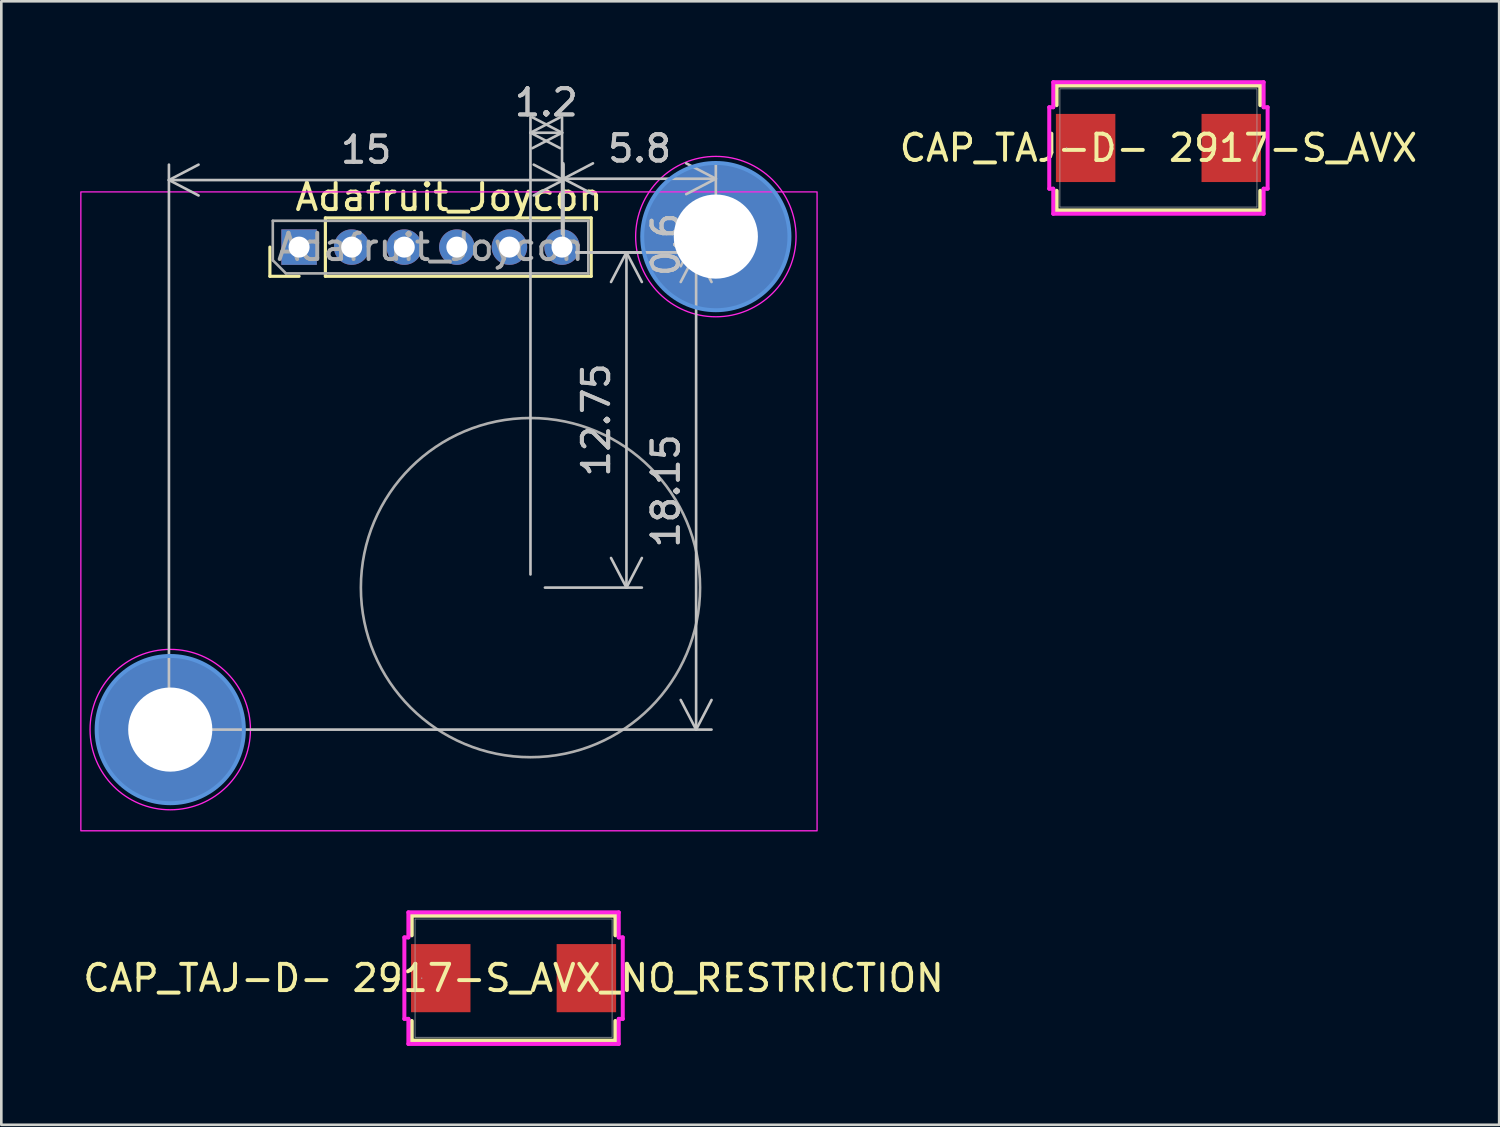
<source format=kicad_pcb>
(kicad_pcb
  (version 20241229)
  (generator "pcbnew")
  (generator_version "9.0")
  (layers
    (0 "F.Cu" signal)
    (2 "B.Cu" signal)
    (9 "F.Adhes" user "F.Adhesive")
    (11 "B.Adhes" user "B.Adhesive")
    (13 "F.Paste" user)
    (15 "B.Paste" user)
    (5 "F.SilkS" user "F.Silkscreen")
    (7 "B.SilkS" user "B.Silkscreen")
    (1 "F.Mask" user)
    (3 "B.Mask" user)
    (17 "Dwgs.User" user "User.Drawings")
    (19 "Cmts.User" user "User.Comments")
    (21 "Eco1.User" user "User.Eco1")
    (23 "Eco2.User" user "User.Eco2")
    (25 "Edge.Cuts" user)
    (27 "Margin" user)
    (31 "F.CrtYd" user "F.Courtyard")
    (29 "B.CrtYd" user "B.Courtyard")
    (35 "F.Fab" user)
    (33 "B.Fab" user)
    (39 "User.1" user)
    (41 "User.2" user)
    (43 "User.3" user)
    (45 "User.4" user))
  (footprint "CAP_TAJ-D- 2917-S_AVX_NO_RESTRICTION"
    (layer "F.Cu")
    (at 16.482 34.151)
    (property "Reference" "CAP_TAJ-D- 2917-S_AVX_NO_RESTRICTION" (at 0 0 0) (unlocked yes) (layer "F.SilkS") (effects (font (size 1 1) (thickness 0.15))))
    (attr smd)
    (fp_line (start -3.873 -2.375) (end -3.873 -1.628) (stroke (width 0.152) (type solid)) (layer "F.SilkS"))
    (fp_line (start -3.873 1.628) (end -3.873 2.375) (stroke (width 0.152) (type solid)) (layer "F.SilkS"))
    (fp_line (start -3.873 2.375) (end 3.873 2.375) (stroke (width 0.152) (type solid)) (layer "F.SilkS"))
    (fp_line (start 3.873 -2.375) (end -3.873 -2.375) (stroke (width 0.152) (type solid)) (layer "F.SilkS"))
    (fp_line (start 3.873 -1.628) (end 3.873 -2.375) (stroke (width 0.152) (type solid)) (layer "F.SilkS"))
    (fp_line (start 3.873 2.375) (end 3.873 1.628) (stroke (width 0.152) (type solid)) (layer "F.SilkS"))
    (fp_line (start -4.153 -1.549) (end -4 -1.549) (stroke (width 0.152) (type solid)) (layer "F.CrtYd"))
    (fp_line (start -4.153 1.549) (end -4.153 -1.549) (stroke (width 0.152) (type solid)) (layer "F.CrtYd"))
    (fp_line (start -4 -2.502) (end 4 -2.502) (stroke (width 0.152) (type solid)) (layer "F.CrtYd"))
    (fp_line (start -4 -1.549) (end -4 -2.502) (stroke (width 0.152) (type solid)) (layer "F.CrtYd"))
    (fp_line (start -4 1.549) (end -4.153 1.549) (stroke (width 0.152) (type solid)) (layer "F.CrtYd"))
    (fp_line (start -4 2.502) (end -4 1.549) (stroke (width 0.152) (type solid)) (layer "F.CrtYd"))
    (fp_line (start 4 -2.502) (end 4 -1.549) (stroke (width 0.152) (type solid)) (layer "F.CrtYd"))
    (fp_line (start 4 -1.549) (end 4.153 -1.549) (stroke (width 0.152) (type solid)) (layer "F.CrtYd"))
    (fp_line (start 4 1.549) (end 4 2.502) (stroke (width 0.152) (type solid)) (layer "F.CrtYd"))
    (fp_line (start 4 2.502) (end -4 2.502) (stroke (width 0.152) (type solid)) (layer "F.CrtYd"))
    (fp_line (start 4.153 -1.549) (end 4.153 1.549) (stroke (width 0.152) (type solid)) (layer "F.CrtYd"))
    (fp_line (start 4.153 1.549) (end 4 1.549) (stroke (width 0.152) (type solid)) (layer "F.CrtYd"))
    (fp_line (start -3.747 -2.248) (end -3.747 2.248) (stroke (width 0.025) (type solid)) (layer "F.Fab"))
    (fp_line (start -3.747 2.248) (end 3.747 2.248) (stroke (width 0.025) (type solid)) (layer "F.Fab"))
    (fp_line (start 3.747 -2.248) (end -3.747 -2.248) (stroke (width 0.025) (type solid)) (layer "F.Fab"))
    (fp_line (start 3.747 2.248) (end 3.747 -2.248) (stroke (width 0.025) (type solid)) (layer "F.Fab"))
    (fp_circle (center -3.493 0) (end -3.493 0) (stroke (width 0.025) (type solid)) (fill no) (layer "F.Fab"))
    (pad "1" smd rect (at -2.769 0 90) (size 2.591 2.261) (layers "F.Cu" "F.Mask" "F.Paste"))
    (pad "2" smd rect (at 2.769 0 90) (size 2.591 2.261) (layers "F.Cu" "F.Mask" "F.Paste")))
  (footprint "CAP_TAJ-D- 2917-S_AVX"
    (layer "F.Cu")
    (at 41.008 2.578)
    (property "Reference" "CAP_TAJ-D- 2917-S_AVX" (at 0 0 0) (unlocked yes) (layer "F.SilkS") (effects (font (size 1 1) (thickness 0.15))))
    (attr smd)
    (fp_line (start -3.873 -2.375) (end -3.873 -1.628) (stroke (width 0.152) (type solid)) (layer "F.SilkS"))
    (fp_line (start -3.873 1.628) (end -3.873 2.375) (stroke (width 0.152) (type solid)) (layer "F.SilkS"))
    (fp_line (start -3.873 2.375) (end 3.873 2.375) (stroke (width 0.152) (type solid)) (layer "F.SilkS"))
    (fp_line (start 3.873 -2.375) (end -3.873 -2.375) (stroke (width 0.152) (type solid)) (layer "F.SilkS"))
    (fp_line (start 3.873 -1.628) (end 3.873 -2.375) (stroke (width 0.152) (type solid)) (layer "F.SilkS"))
    (fp_line (start 3.873 2.375) (end 3.873 1.628) (stroke (width 0.152) (type solid)) (layer "F.SilkS"))
    (fp_line (start -4.153 -1.549) (end -4 -1.549) (stroke (width 0.152) (type solid)) (layer "F.CrtYd"))
    (fp_line (start -4.153 1.549) (end -4.153 -1.549) (stroke (width 0.152) (type solid)) (layer "F.CrtYd"))
    (fp_line (start -4 -2.502) (end 4 -2.502) (stroke (width 0.152) (type solid)) (layer "F.CrtYd"))
    (fp_line (start -4 -1.549) (end -4 -2.502) (stroke (width 0.152) (type solid)) (layer "F.CrtYd"))
    (fp_line (start -4 1.549) (end -4.153 1.549) (stroke (width 0.152) (type solid)) (layer "F.CrtYd"))
    (fp_line (start -4 2.502) (end -4 1.549) (stroke (width 0.152) (type solid)) (layer "F.CrtYd"))
    (fp_line (start 4 -2.502) (end 4 -1.549) (stroke (width 0.152) (type solid)) (layer "F.CrtYd"))
    (fp_line (start 4 -1.549) (end 4.153 -1.549) (stroke (width 0.152) (type solid)) (layer "F.CrtYd"))
    (fp_line (start 4 1.549) (end 4 2.502) (stroke (width 0.152) (type solid)) (layer "F.CrtYd"))
    (fp_line (start 4 2.502) (end -4 2.502) (stroke (width 0.152) (type solid)) (layer "F.CrtYd"))
    (fp_line (start 4.153 -1.549) (end 4.153 1.549) (stroke (width 0.152) (type solid)) (layer "F.CrtYd"))
    (fp_line (start 4.153 1.549) (end 4 1.549) (stroke (width 0.152) (type solid)) (layer "F.CrtYd"))
    (fp_line (start -3.747 -2.248) (end -3.747 2.248) (stroke (width 0.025) (type solid)) (layer "F.Fab"))
    (fp_line (start -3.747 2.248) (end 3.747 2.248) (stroke (width 0.025) (type solid)) (layer "F.Fab"))
    (fp_line (start 3.747 -2.248) (end -3.747 -2.248) (stroke (width 0.025) (type solid)) (layer "F.Fab"))
    (fp_line (start 3.747 2.248) (end 3.747 -2.248) (stroke (width 0.025) (type solid)) (layer "F.Fab"))
    (fp_circle (center -3.493 0) (end -3.493 0) (stroke (width 0.025) (type solid)) (fill no) (layer "F.Fab"))
    (pad "1" smd rect (at -2.769 0 90) (size 2.591 2.261) (layers "F.Cu" "F.Mask" "F.Paste"))
    (pad "2" smd rect (at 2.769 0 90) (size 2.591 2.261) (layers "F.Cu" "F.Mask" "F.Paste"))
    (zone (net_name "") (layer "F.Cu") (hatch full 0.508) (connect_pads) (min_thickness 0.254) (filled_areas_thickness no) (keepout (tracks not_allowed) (vias not_allowed) (pads allowed) (copperpour not_allowed) (footprints allowed)) (placement (enabled no)) (fill) (polygon (pts (xy 37.313 0.381) (xy 44.704 0.381) (xy 44.704 1.232) (xy 37.313 1.232))))
    (zone (net_name "") (layer "F.Cu") (hatch full 0.508) (connect_pads) (min_thickness 0.254) (filled_areas_thickness no) (keepout (tracks not_allowed) (vias not_allowed) (pads allowed) (copperpour not_allowed) (footprints allowed)) (placement (enabled no)) (fill) (polygon (pts (xy 37.313 3.924) (xy 44.704 3.924) (xy 44.704 4.775) (xy 37.313 4.775))))
    (zone (net_name "") (layer "F.Cu") (hatch full 0.508) (connect_pads) (min_thickness 0.254) (filled_areas_thickness no) (keepout (tracks not_allowed) (vias not_allowed) (pads allowed) (copperpour not_allowed) (footprints allowed)) (placement (enabled no)) (fill) (polygon (pts (xy 39.421 1.232) (xy 42.596 1.232) (xy 42.596 3.924) (xy 39.421 3.924)))))
  (footprint "Adafruit_Joycon"
    (layer "F.Cu")
    (at 21.025 8.548)
    (property "Reference" "Adafruit_Joycon" (at -7 -4.1 0) (layer "F.SilkS") (effects (font (size 1 1) (thickness 0.15))))
    (attr through_hole)
    (fp_line (start -13.81 -1.09) (end -13.81 -2.2) (stroke (width 0.12) (type solid)) (layer "F.SilkS"))
    (fp_line (start -12.7 -1.09) (end -13.81 -1.09) (stroke (width 0.12) (type solid)) (layer "F.SilkS"))
    (fp_line (start -11.7 -3.31) (end -1.59 -3.31) (stroke (width 0.12) (type solid)) (layer "F.SilkS"))
    (fp_line (start -11.7 -1.09) (end -11.7 -3.31) (stroke (width 0.12) (type solid)) (layer "F.SilkS"))
    (fp_line (start -11.7 -1.09) (end -1.59 -1.09) (stroke (width 0.12) (type solid)) (layer "F.SilkS"))
    (fp_line (start -1.59 -1.09) (end -1.59 -3.31) (stroke (width 0.12) (type solid)) (layer "F.SilkS"))
    (fp_circle (center -17.6 16.15) (end -17.6 13.35) (stroke (width 0.15) (type solid)) (fill no) (layer "Cmts.User"))
    (fp_circle (center 3.15 -2.6) (end 3.15 -5.4) (stroke (width 0.15) (type solid)) (fill no) (layer "Cmts.User"))
    (fp_rect (start -21 -4.3) (end 7 20) (stroke (width 0.05) (type default)) (fill no) (layer "F.CrtYd"))
    (fp_circle (center -17.6 16.15) (end -17.6 13.1) (stroke (width 0.05) (type solid)) (fill no) (layer "F.CrtYd"))
    (fp_circle (center 3.15 -2.6) (end 3.15 -5.65) (stroke (width 0.05) (type solid)) (fill no) (layer "F.CrtYd"))
    (fp_line (start -13.7 -3.2) (end -1.7 -3.2) (stroke (width 0.1) (type solid)) (layer "F.Fab"))
    (fp_line (start -13.7 -1.7) (end -13.7 -3.2) (stroke (width 0.1) (type solid)) (layer "F.Fab"))
    (fp_line (start -13.2 -1.2) (end -13.7 -1.7) (stroke (width 0.1) (type solid)) (layer "F.Fab"))
    (fp_line (start -1.7 -3.2) (end -1.7 -1.2) (stroke (width 0.1) (type solid)) (layer "F.Fab"))
    (fp_line (start -1.7 -1.2) (end -13.2 -1.2) (stroke (width 0.1) (type solid)) (layer "F.Fab"))
    (fp_circle (center -3.9 10.75) (end -10.35 10.75) (stroke (width 0.1) (type solid)) (fill no) (layer "F.Fab"))
    (fp_text user "${REFERENCE}" (at -7.7 -2.2 180) (layer "F.Fab") (effects (font (size 1 1) (thickness 0.15))))
    (dimension (type orthogonal) (layer "Dwgs.User") (pts (xy 18.375 6.548) (xy 24.175 5.948)) (height 5.05) (orientation 1) (format (prefix "") (suffix "") (units 3) (units_format 0) (precision 4) (suppress_zeroes yes)) (style (thickness 0.1) (arrow_length 1.27) (text_position_mode 0) (arrow_direction outward) (extension_height 0.586) (extension_offset 0.5) (keep_text_aligned yes)) (gr_text "0.6" (at 22.275 6.248 90) (layer "Dwgs.User") (effects (font (size 1 1) (thickness 0.15)))))
    (dimension (type orthogonal) (layer "Dwgs.User") (pts (xy 18.375 6.548) (xy 17.175 19.298)) (height 2.4) (orientation 1) (format (prefix "") (suffix "") (units 3) (units_format 0) (precision 4) (suppress_zeroes yes)) (style (thickness 0.1) (arrow_length 1.27) (text_position_mode 0) (arrow_direction outward) (extension_height 0.586) (extension_offset 0.5) (keep_text_aligned yes)) (gr_text "12.75" (at 19.625 12.923 90) (layer "Dwgs.User") (effects (font (size 1 1) (thickness 0.15)))))
    (dimension (type orthogonal) (layer "Dwgs.User") (pts (xy 18.325 6.348) (xy 17.125 19.298)) (height -4.35) (orientation 0) (format (prefix "") (suffix "") (units 3) (units_format 0) (precision 4) (suppress_zeroes yes)) (style (thickness 0.1) (arrow_length 1.27) (text_position_mode 0) (arrow_direction outward) (extension_height 0.586) (extension_offset 0.5) (keep_text_aligned yes)) (gr_text "1.2" (at 17.725 0.848 0) (layer "Dwgs.User") (effects (font (size 1 1) (thickness 0.15)))))
    (dimension (type orthogonal) (layer "Dwgs.User") (pts (xy 18.375 6.548) (xy 3.425 24.698)) (height 5.05) (orientation 1) (format (prefix "") (suffix "") (units 3) (units_format 0) (precision 4) (suppress_zeroes yes)) (style (thickness 0.1) (arrow_length 1.27) (text_position_mode 0) (arrow_direction outward) (extension_height 0.586) (extension_offset 0.5) (keep_text_aligned yes)) (gr_text "18.15" (at 22.275 15.623 90) (layer "Dwgs.User") (effects (font (size 1 1) (thickness 0.15)))))
    (dimension (type orthogonal) (layer "Dwgs.User") (pts (xy 18.375 6.548) (xy 24.175 5.948)) (height -2.8) (orientation 0) (format (prefix "") (suffix "") (units 3) (units_format 0) (precision 4) (suppress_zeroes yes)) (style (thickness 0.1) (arrow_length 1.27) (text_position_mode 0) (arrow_direction outward) (extension_height 0.586) (extension_offset 0.5) (keep_text_aligned yes)) (gr_text "5.8" (at 21.275 2.598 0) (layer "Dwgs.User") (effects (font (size 1 1) (thickness 0.15)))))
    (dimension (type orthogonal) (layer "Dwgs.User") (pts (xy 18.375 6.548) (xy 3.375 24.748)) (height -2.75) (orientation 0) (format (prefix "") (suffix "") (units 3) (units_format 0) (precision 4) (suppress_zeroes yes)) (style (thickness 0.1) (arrow_length 1.27) (text_position_mode 0) (arrow_direction outward) (extension_height 0.586) (extension_offset 0.5) (keep_text_aligned yes)) (gr_text "15" (at 10.875 2.648 0) (layer "Dwgs.User") (effects (font (size 1 1) (thickness 0.15)))))
    (pad "" thru_hole circle (at -17.6 16.15 90) (size 5.6 5.6) (drill 3.2) (layers "*.Cu" "*.Mask"))
    (pad "" thru_hole circle (at 3.15 -2.6 90) (size 5.6 5.6) (drill 3.2) (layers "*.Cu" "*.Mask"))
    (pad "1" thru_hole rect (at -12.7 -2.2 90) (size 1.35 1.35) (drill 0.8) (layers "*.Cu" "*.Mask"))
    (pad "2" thru_hole circle (at -10.7 -2.2 90) (size 1.35 1.35) (drill 0.8) (layers "*.Cu" "*.Mask"))
    (pad "3" thru_hole circle (at -8.7 -2.2 90) (size 1.35 1.35) (drill 0.8) (layers "*.Cu" "*.Mask"))
    (pad "4" thru_hole circle (at -6.7 -2.2 90) (size 1.35 1.35) (drill 0.8) (layers "*.Cu" "*.Mask"))
    (pad "5" thru_hole circle (at -4.7 -2.2 90) (size 1.35 1.35) (drill 0.8) (layers "*.Cu" "*.Mask"))
    (pad "6" thru_hole circle (at -2.7 -2.2 90) (size 1.35 1.35) (drill 0.8) (layers "*.Cu" "*.Mask")))
  (gr_rect
    (start -3 -3)
    (end 53.967 39.729)
    (stroke (width 0.1) (type default))
    (fill no)
    (layer "Edge.Cuts")))
</source>
